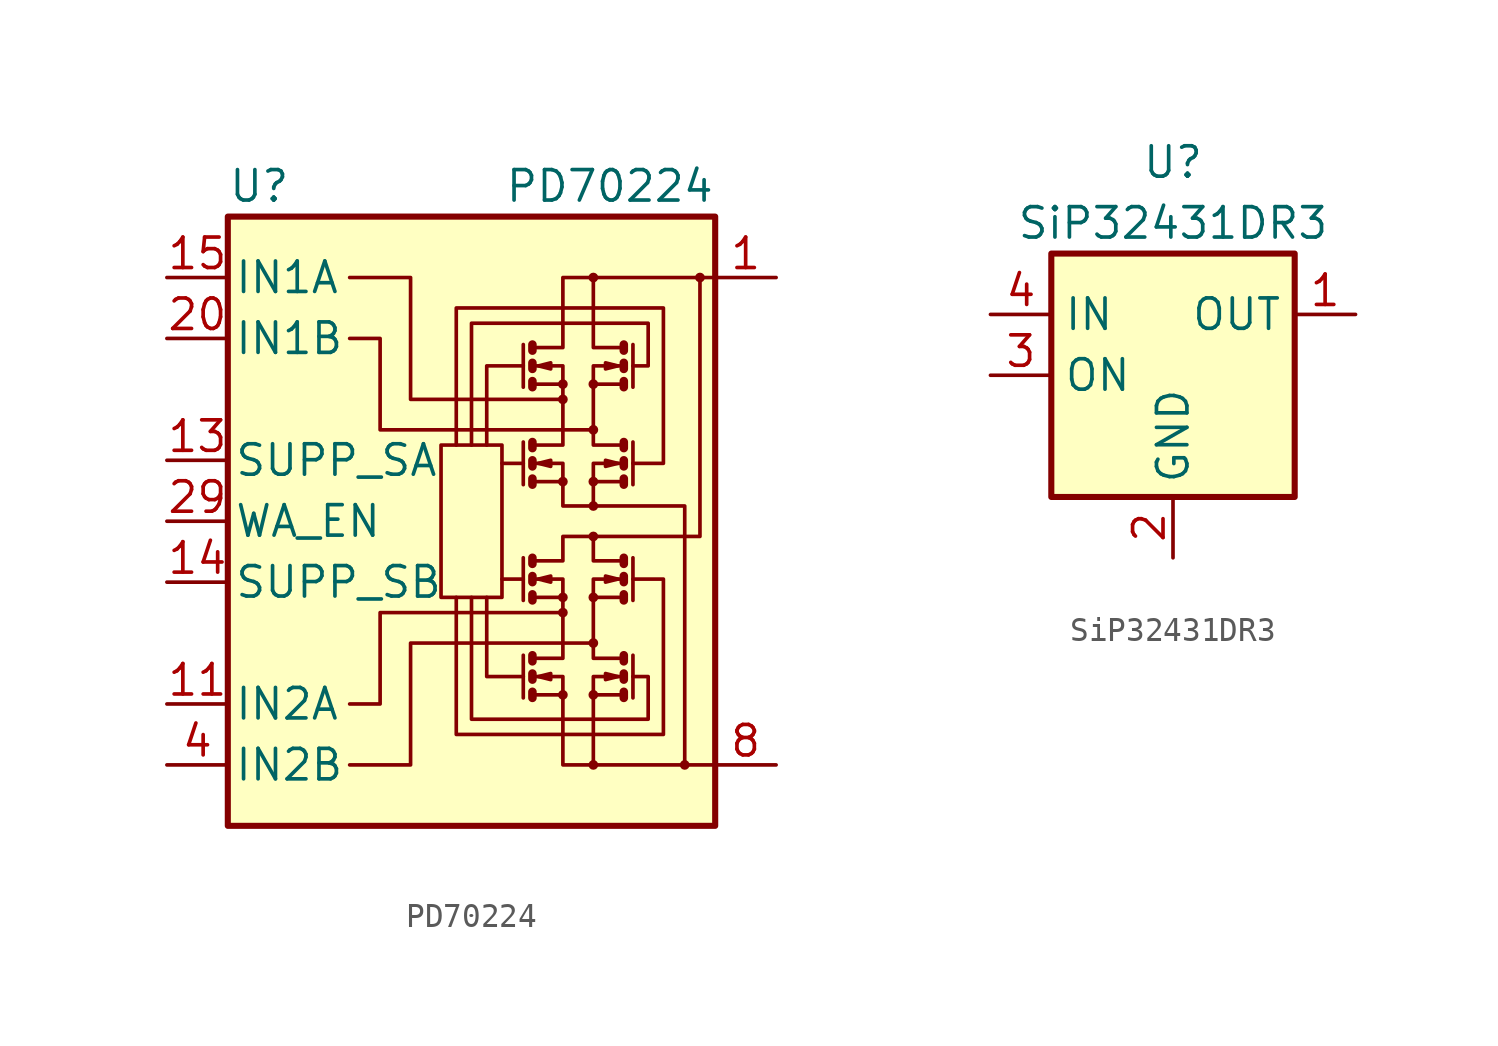
<source format=kicad_sym>
(kicad_symbol_lib
  (version 20200908)
  (generator kicad_symbol_editor)
  (symbol "Power_Management:PD70224"
    (pin_names
      (offset 0.254))
    (property "Reference" "U"
      (at -10.16 13.97 0)
      (effects (font (size 1.27 1.27)) (justify left)))
    (property "Value" "PD70224"
      (at 10.16 13.97 0)
      (effects (font (size 1.27 1.27)) (justify right)))
    (symbol "PD70224_0_1"
      (circle (center 3.81 -7.239) (radius 0.127) (stroke (width 0)) (fill (type none)))
      (circle (center 3.81 -3.81) (radius 0.127) (stroke (width 0)) (fill (type none)))
      (circle (center 3.81 -3.175) (radius 0.127) (stroke (width 0)) (fill (type none)))
      (circle (center 3.81 1.651) (radius 0.127) (stroke (width 0)) (fill (type none)))
      (circle (center 3.81 5.08) (radius 0.127) (stroke (width 0)) (fill (type none)))
      (circle (center 3.81 5.715) (radius 0.127) (stroke (width 0)) (fill (type none)))
      (circle (center 5.08 -10.16) (radius 0.127) (stroke (width 0)) (fill (type none)))
      (circle (center 5.08 -7.239) (radius 0.127) (stroke (width 0)) (fill (type none)))
      (circle (center 5.08 -5.08) (radius 0.127) (stroke (width 0)) (fill (type none)))
      (circle (center 5.08 -3.175) (radius 0.127) (stroke (width 0)) (fill (type none)))
      (circle (center 5.08 -0.635) (radius 0.127) (stroke (width 0)) (fill (type none)))
      (circle (center 5.08 0.635) (radius 0.127) (stroke (width 0)) (fill (type none)))
      (circle (center 5.08 1.651) (radius 0.127) (stroke (width 0)) (fill (type none)))
      (circle (center 5.08 3.81) (radius 0.127) (stroke (width 0)) (fill (type none)))
      (circle (center 5.08 5.715) (radius 0.127) (stroke (width 0)) (fill (type none)))
      (circle (center 5.08 10.16) (radius 0.127) (stroke (width 0)) (fill (type none)))
      (circle (center 8.89 -10.16) (radius 0.127) (stroke (width 0)) (fill (type none)))
      (circle (center 9.525 10.16) (radius 0.127) (stroke (width 0)) (fill (type none)))
      (rectangle (start -10.16 12.7) (end 10.16 -12.7) (stroke (width 0.254)) (fill (type background)))
      (rectangle (start -1.27 3.175) (end 1.27 -3.175) (stroke (width 0)) (fill (type none)))
      (polyline (pts (xy 2.159 -5.588) (xy 2.159 -7.366)) (stroke (width 0)) (fill (type none)))
      (polyline (pts (xy 2.159 -2.413) (xy 1.27 -2.413)) (stroke (width 0)) (fill (type none)))
      (polyline (pts (xy 2.159 -1.524) (xy 2.159 -3.302)) (stroke (width 0)) (fill (type none)))
      (polyline (pts (xy 2.159 2.413) (xy 1.27 2.413)) (stroke (width 0)) (fill (type none)))
      (polyline (pts (xy 2.159 3.302) (xy 2.159 1.524)) (stroke (width 0)) (fill (type none)))
      (polyline (pts (xy 2.159 7.366) (xy 2.159 5.588)) (stroke (width 0)) (fill (type none)))
      (polyline (pts (xy 2.54 -7.239) (xy 3.81 -7.239)) (stroke (width 0)) (fill (type none)))
      (polyline (pts (xy 2.54 -3.175) (xy 3.81 -3.175)) (stroke (width 0)) (fill (type none)))
      (polyline (pts (xy 2.54 1.651) (xy 3.81 1.651)) (stroke (width 0)) (fill (type none)))
      (polyline (pts (xy 2.54 5.715) (xy 3.81 5.715)) (stroke (width 0)) (fill (type none)))
      (polyline (pts (xy 6.35 -7.239) (xy 5.08 -7.239)) (stroke (width 0)) (fill (type none)))
      (polyline (pts (xy 6.35 -3.175) (xy 5.08 -3.175)) (stroke (width 0)) (fill (type none)))
      (polyline (pts (xy 6.35 1.651) (xy 5.08 1.651)) (stroke (width 0)) (fill (type none)))
      (polyline (pts (xy 6.35 5.715) (xy 5.08 5.715)) (stroke (width 0)) (fill (type none)))
      (polyline (pts (xy 6.731 -5.588) (xy 6.731 -7.366)) (stroke (width 0)) (fill (type none)))
      (polyline (pts (xy 6.731 -1.524) (xy 6.731 -3.302)) (stroke (width 0)) (fill (type none)))
      (polyline (pts (xy 6.731 3.302) (xy 6.731 1.524)) (stroke (width 0)) (fill (type none)))
      (polyline (pts (xy 6.731 7.366) (xy 6.731 5.588)) (stroke (width 0)) (fill (type none)))
      (polyline (pts (xy 2.159 -6.477) (xy 0.635 -6.477) (xy 0.635 -3.175)) (stroke (width 0)) (fill (type none)))
      (polyline (pts (xy 2.159 6.477) (xy 0.635 6.477) (xy 0.635 3.175)) (stroke (width 0)) (fill (type none)))
      (polyline (pts (xy 2.54 -7.112) (xy 2.54 -7.366) (xy 2.54 -7.366)) (stroke (width 0.356)) (fill (type none)))
      (polyline (pts (xy 2.54 -6.35) (xy 2.54 -6.604) (xy 2.54 -6.604)) (stroke (width 0.356)) (fill (type none)))
      (polyline (pts (xy 2.54 -3.048) (xy 2.54 -3.302) (xy 2.54 -3.302)) (stroke (width 0.356)) (fill (type none)))
      (polyline (pts (xy 2.54 -2.286) (xy 2.54 -2.54) (xy 2.54 -2.54)) (stroke (width 0.356)) (fill (type none)))
      (polyline (pts (xy 2.54 -1.524) (xy 2.54 -1.778) (xy 2.54 -1.778)) (stroke (width 0.356)) (fill (type none)))
      (polyline (pts (xy 2.54 1.778) (xy 2.54 1.524) (xy 2.54 1.524)) (stroke (width 0.356)) (fill (type none)))
      (polyline (pts (xy 2.54 2.54) (xy 2.54 2.286) (xy 2.54 2.286)) (stroke (width 0.356)) (fill (type none)))
      (polyline (pts (xy 2.54 5.842) (xy 2.54 5.588) (xy 2.54 5.588)) (stroke (width 0.356)) (fill (type none)))
      (polyline (pts (xy 2.54 6.604) (xy 2.54 6.35) (xy 2.54 6.35)) (stroke (width 0.356)) (fill (type none)))
      (polyline (pts (xy 2.54 7.366) (xy 2.54 7.112) (xy 2.54 7.112)) (stroke (width 0.356)) (fill (type none)))
      (polyline (pts (xy 5.08 -10.16) (xy 5.08 -6.477) (xy 6.35 -6.477)) (stroke (width 0)) (fill (type none)))
      (polyline (pts (xy 6.35 -7.112) (xy 6.35 -7.366) (xy 6.35 -7.366)) (stroke (width 0.356)) (fill (type none)))
      (polyline (pts (xy 6.35 -6.35) (xy 6.35 -6.604) (xy 6.35 -6.604)) (stroke (width 0.356)) (fill (type none)))
      (polyline (pts (xy 6.35 -3.048) (xy 6.35 -3.302) (xy 6.35 -3.302)) (stroke (width 0.356)) (fill (type none)))
      (polyline (pts (xy 6.35 -2.286) (xy 6.35 -2.54) (xy 6.35 -2.54)) (stroke (width 0.356)) (fill (type none)))
      (polyline (pts (xy 6.35 -1.651) (xy 5.08 -1.651) (xy 5.08 -0.635)) (stroke (width 0)) (fill (type none)))
      (polyline (pts (xy 6.35 -1.524) (xy 6.35 -1.778) (xy 6.35 -1.778)) (stroke (width 0.356)) (fill (type none)))
      (polyline (pts (xy 6.35 1.778) (xy 6.35 1.524) (xy 6.35 1.524)) (stroke (width 0.356)) (fill (type none)))
      (polyline (pts (xy 6.35 2.413) (xy 5.08 2.413) (xy 5.08 0.635)) (stroke (width 0)) (fill (type none)))
      (polyline (pts (xy 6.35 2.54) (xy 6.35 2.286) (xy 6.35 2.286)) (stroke (width 0.356)) (fill (type none)))
      (polyline (pts (xy 6.35 5.842) (xy 6.35 5.588) (xy 6.35 5.588)) (stroke (width 0.356)) (fill (type none)))
      (polyline (pts (xy 6.35 6.604) (xy 6.35 6.35) (xy 6.35 6.35)) (stroke (width 0.356)) (fill (type none)))
      (polyline (pts (xy 6.35 7.239) (xy 5.08 7.239) (xy 5.08 10.16)) (stroke (width 0)) (fill (type none)))
      (polyline (pts (xy 6.35 7.366) (xy 6.35 7.112) (xy 6.35 7.112)) (stroke (width 0.356)) (fill (type none)))
      (polyline (pts (xy -5.08 -10.16) (xy -2.54 -10.16) (xy -2.54 -5.08) (xy 5.08 -5.08)) (stroke (width 0)) (fill (type none)))
      (polyline (pts (xy 2.54 -6.477) (xy 3.81 -6.477) (xy 3.81 -10.16) (xy 10.16 -10.16)) (stroke (width 0)) (fill (type none)))
      (polyline (pts (xy 2.54 -2.413) (xy 3.81 -2.413) (xy 3.81 -5.715) (xy 2.54 -5.715)) (stroke (width 0)) (fill (type none)))
      (polyline (pts (xy 2.54 6.477) (xy 3.81 6.477) (xy 3.81 3.175) (xy 2.54 3.175)) (stroke (width 0)) (fill (type none)))
      (polyline (pts (xy 2.54 7.239) (xy 3.81 7.239) (xy 3.81 10.16) (xy 10.16 10.16)) (stroke (width 0)) (fill (type none)))
      (polyline (pts (xy 2.794 -6.477) (xy 3.302 -6.35) (xy 3.302 -6.604) (xy 2.794 -6.477)) (stroke (width 0)) (fill (type none)))
      (polyline (pts (xy 2.794 -2.413) (xy 3.302 -2.286) (xy 3.302 -2.54) (xy 2.794 -2.413)) (stroke (width 0)) (fill (type none)))
      (polyline (pts (xy 2.794 2.413) (xy 3.302 2.54) (xy 3.302 2.286) (xy 2.794 2.413)) (stroke (width 0)) (fill (type none)))
      (polyline (pts (xy 2.794 6.477) (xy 3.302 6.604) (xy 3.302 6.35) (xy 2.794 6.477)) (stroke (width 0)) (fill (type none)))
      (polyline (pts (xy 3.81 -3.81) (xy -3.81 -3.81) (xy -3.81 -7.62) (xy -5.08 -7.62)) (stroke (width 0)) (fill (type none)))
      (polyline (pts (xy 3.81 5.08) (xy -2.54 5.08) (xy -2.54 10.16) (xy -5.08 10.16)) (stroke (width 0)) (fill (type none)))
      (polyline (pts (xy 5.08 3.81) (xy -3.81 3.81) (xy -3.81 7.62) (xy -5.08 7.62)) (stroke (width 0)) (fill (type none)))
      (polyline (pts (xy 6.096 -6.477) (xy 5.588 -6.35) (xy 5.588 -6.604) (xy 6.096 -6.477)) (stroke (width 0)) (fill (type none)))
      (polyline (pts (xy 6.096 -2.413) (xy 5.588 -2.286) (xy 5.588 -2.54) (xy 6.096 -2.413)) (stroke (width 0)) (fill (type none)))
      (polyline (pts (xy 6.096 2.413) (xy 5.588 2.54) (xy 5.588 2.286) (xy 6.096 2.413)) (stroke (width 0)) (fill (type none)))
      (polyline (pts (xy 6.096 6.477) (xy 5.588 6.604) (xy 5.588 6.35) (xy 6.096 6.477)) (stroke (width 0)) (fill (type none)))
      (polyline (pts (xy 6.35 -2.413) (xy 5.08 -2.413) (xy 5.08 -5.715) (xy 6.35 -5.715)) (stroke (width 0)) (fill (type none)))
      (polyline (pts (xy 6.35 6.477) (xy 5.08 6.477) (xy 5.08 3.175) (xy 6.35 3.175)) (stroke (width 0)) (fill (type none)))
      (polyline (pts (xy -0.635 3.175) (xy -0.635 8.89) (xy 8.001 8.89) (xy 8.001 2.413) (xy 6.731 2.413)) (stroke (width 0)) (fill (type none)))
      (polyline (pts (xy 0 -3.175) (xy 0 -8.255) (xy 7.366 -8.255) (xy 7.366 -6.477) (xy 6.731 -6.477)) (stroke (width 0)) (fill (type none)))
      (polyline (pts (xy 2.54 -1.651) (xy 3.81 -1.651) (xy 3.81 -0.635) (xy 9.525 -0.635) (xy 9.525 10.16)) (stroke (width 0)) (fill (type none)))
      (polyline (pts (xy 2.54 2.413) (xy 3.81 2.413) (xy 3.81 0.635) (xy 8.89 0.635) (xy 8.89 -10.16)) (stroke (width 0)) (fill (type none)))
      (polyline (pts (xy 6.731 -2.413) (xy 8.001 -2.413) (xy 8.001 -8.89) (xy -0.635 -8.89) (xy -0.635 -3.175)) (stroke (width 0)) (fill (type none)))
      (polyline (pts (xy 6.731 6.477) (xy 7.366 6.477) (xy 7.366 8.255) (xy 0 8.255) (xy 0 3.175)) (stroke (width 0)) (fill (type none))))
    (symbol "PD70224_1_1"
      (polyline (pts (xy 2.54 -5.588) (xy 2.54 -5.842)) (stroke (width 0.356)) (fill (type none)))
      (polyline (pts (xy 2.54 3.302) (xy 2.54 3.048)) (stroke (width 0.356)) (fill (type none)))
      (polyline (pts (xy 6.35 -5.588) (xy 6.35 -5.842)) (stroke (width 0.356)) (fill (type none)))
      (polyline (pts (xy 6.35 3.302) (xy 6.35 3.048)) (stroke (width 0.356)) (fill (type none)))
      (pin power_in line (at 12.7 10.16 180) (length 2.54) (name "~" (effects (font (size 1.27 1.27)))) (number "1" (effects (font (size 1.27 1.27)))))
      (pin passive line (at 12.7 -10.16 180) (length 2.54) hide (name "~" (effects (font (size 1.27 1.27)))) (number "10" (effects (font (size 1.27 1.27)))))
      (pin passive line (at -12.7 -7.62 0) (length 2.54) (name "IN2A" (effects (font (size 1.27 1.27)))) (number "11" (effects (font (size 1.27 1.27)))))
      (pin passive line (at -12.7 -7.62 0) (length 2.54) hide (name "IN2A" (effects (font (size 1.27 1.27)))) (number "12" (effects (font (size 1.27 1.27)))))
      (pin input line (at -12.7 2.54 0) (length 2.54) (name "SUPP_SA" (effects (font (size 1.27 1.27)))) (number "13" (effects (font (size 1.27 1.27)))))
      (pin input line (at -12.7 -2.54 0) (length 2.54) (name "SUPP_SB" (effects (font (size 1.27 1.27)))) (number "14" (effects (font (size 1.27 1.27)))))
      (pin passive line (at -12.7 10.16 0) (length 2.54) (name "IN1A" (effects (font (size 1.27 1.27)))) (number "15" (effects (font (size 1.27 1.27)))))
      (pin passive line (at -12.7 10.16 0) (length 2.54) hide (name "IN1A" (effects (font (size 1.27 1.27)))) (number "16" (effects (font (size 1.27 1.27)))))
      (pin passive line (at 12.7 -10.16 180) (length 2.54) hide (name "~" (effects (font (size 1.27 1.27)))) (number "17" (effects (font (size 1.27 1.27)))))
      (pin passive line (at 12.7 -10.16 180) (length 2.54) hide (name "~" (effects (font (size 1.27 1.27)))) (number "18" (effects (font (size 1.27 1.27)))))
      (pin passive line (at 12.7 -10.16 180) (length 2.54) hide (name "~" (effects (font (size 1.27 1.27)))) (number "19" (effects (font (size 1.27 1.27)))))
      (pin passive line (at 12.7 10.16 180) (length 2.54) hide (name "~" (effects (font (size 1.27 1.27)))) (number "2" (effects (font (size 1.27 1.27)))))
      (pin passive line (at -12.7 7.62 0) (length 2.54) (name "IN1B" (effects (font (size 1.27 1.27)))) (number "20" (effects (font (size 1.27 1.27)))))
      (pin passive line (at -12.7 7.62 0) (length 2.54) hide (name "IN1B" (effects (font (size 1.27 1.27)))) (number "21" (effects (font (size 1.27 1.27)))))
      (pin passive line (at -12.7 7.62 0) (length 2.54) hide (name "IN1B" (effects (font (size 1.27 1.27)))) (number "22" (effects (font (size 1.27 1.27)))))
      (pin passive line (at -12.7 7.62 0) (length 2.54) hide (name "IN1B" (effects (font (size 1.27 1.27)))) (number "23" (effects (font (size 1.27 1.27)))))
      (pin passive line (at 12.7 10.16 180) (length 2.54) hide (name "~" (effects (font (size 1.27 1.27)))) (number "24" (effects (font (size 1.27 1.27)))))
      (pin passive line (at 12.7 10.16 180) (length 2.54) hide (name "~" (effects (font (size 1.27 1.27)))) (number "25" (effects (font (size 1.27 1.27)))))
      (pin passive line (at 12.7 10.16 180) (length 2.54) hide (name "~" (effects (font (size 1.27 1.27)))) (number "26" (effects (font (size 1.27 1.27)))))
      (pin passive line (at -12.7 10.16 0) (length 2.54) hide (name "IN1A" (effects (font (size 1.27 1.27)))) (number "27" (effects (font (size 1.27 1.27)))))
      (pin passive line (at -12.7 10.16 0) (length 2.54) hide (name "IN1A" (effects (font (size 1.27 1.27)))) (number "28" (effects (font (size 1.27 1.27)))))
      (pin input line (at -12.7 0 0) (length 2.54) (name "WA_EN" (effects (font (size 1.27 1.27)))) (number "29" (effects (font (size 1.27 1.27)))))
      (pin passive line (at 12.7 10.16 180) (length 2.54) hide (name "~" (effects (font (size 1.27 1.27)))) (number "3" (effects (font (size 1.27 1.27)))))
      (pin unconnected line (at -10.16 5.08 0) (length 2.54) hide (name "NC" (effects (font (size 1.27 1.27)))) (number "30" (effects (font (size 1.27 1.27)))))
      (pin passive line (at -12.7 -7.62 0) (length 2.54) hide (name "IN2A" (effects (font (size 1.27 1.27)))) (number "31" (effects (font (size 1.27 1.27)))))
      (pin passive line (at -12.7 -7.62 0) (length 2.54) hide (name "IN2A" (effects (font (size 1.27 1.27)))) (number "32" (effects (font (size 1.27 1.27)))))
      (pin passive line (at 12.7 10.16 180) (length 2.54) hide (name "~" (effects (font (size 1.27 1.27)))) (number "33" (effects (font (size 1.27 1.27)))))
      (pin passive line (at 12.7 -10.16 180) (length 2.54) hide (name "~" (effects (font (size 1.27 1.27)))) (number "34" (effects (font (size 1.27 1.27)))))
      (pin passive line (at -12.7 -10.16 0) (length 2.54) (name "IN2B" (effects (font (size 1.27 1.27)))) (number "4" (effects (font (size 1.27 1.27)))))
      (pin passive line (at -12.7 -10.16 0) (length 2.54) hide (name "IN2B" (effects (font (size 1.27 1.27)))) (number "5" (effects (font (size 1.27 1.27)))))
      (pin passive line (at -12.7 -10.16 0) (length 2.54) hide (name "IN2B" (effects (font (size 1.27 1.27)))) (number "6" (effects (font (size 1.27 1.27)))))
      (pin passive line (at -12.7 -10.16 0) (length 2.54) hide (name "IN2B" (effects (font (size 1.27 1.27)))) (number "7" (effects (font (size 1.27 1.27)))))
      (pin power_in line (at 12.7 -10.16 180) (length 2.54) (name "~" (effects (font (size 1.27 1.27)))) (number "8" (effects (font (size 1.27 1.27)))))
      (pin passive line (at 12.7 -10.16 180) (length 2.54) hide (name "~" (effects (font (size 1.27 1.27)))) (number "9" (effects (font (size 1.27 1.27)))))))
  (symbol "Power_Management:SiP32431DR3"
    (property "Reference" "U"
      (at 0 8.89 0)
      (effects (font (size 1.27 1.27))))
    (property "Value" "SiP32431DR3"
      (at 0 6.35 0)
      (effects (font (size 1.27 1.27))))
    (symbol "SiP32431DR3_0_1"
      (rectangle (start -5.08 5.08) (end 5.08 -5.08) (stroke (width 0.254)) (fill (type background))))
    (symbol "SiP32431DR3_1_1"
      (pin passive line (at 7.62 2.54 180) (length 2.54) (name "OUT" (effects (font (size 1.27 1.27)))) (number "1" (effects (font (size 1.27 1.27)))))
      (pin power_in line (at 0 -7.62 90) (length 2.54) (name "GND" (effects (font (size 1.27 1.27)))) (number "2" (effects (font (size 1.27 1.27)))))
      (pin input line (at -7.62 0 0) (length 2.54) (name "ON" (effects (font (size 1.27 1.27)))) (number "3" (effects (font (size 1.27 1.27)))))
      (pin passive line (at -7.62 2.54 0) (length 2.54) (name "IN" (effects (font (size 1.27 1.27)))) (number "4" (effects (font (size 1.27 1.27)))))
      (pin passive line (at 0 -7.62 90) (length 2.54) hide (name "GND" (effects (font (size 1.27 1.27)))) (number "5" (effects (font (size 1.27 1.27)))))
      (pin unconnected line (at 5.08 0 180) (length 2.54) hide (name "NC" (effects (font (size 1.27 1.27)))) (number "6" (effects (font (size 1.27 1.27))))))))
</source>
